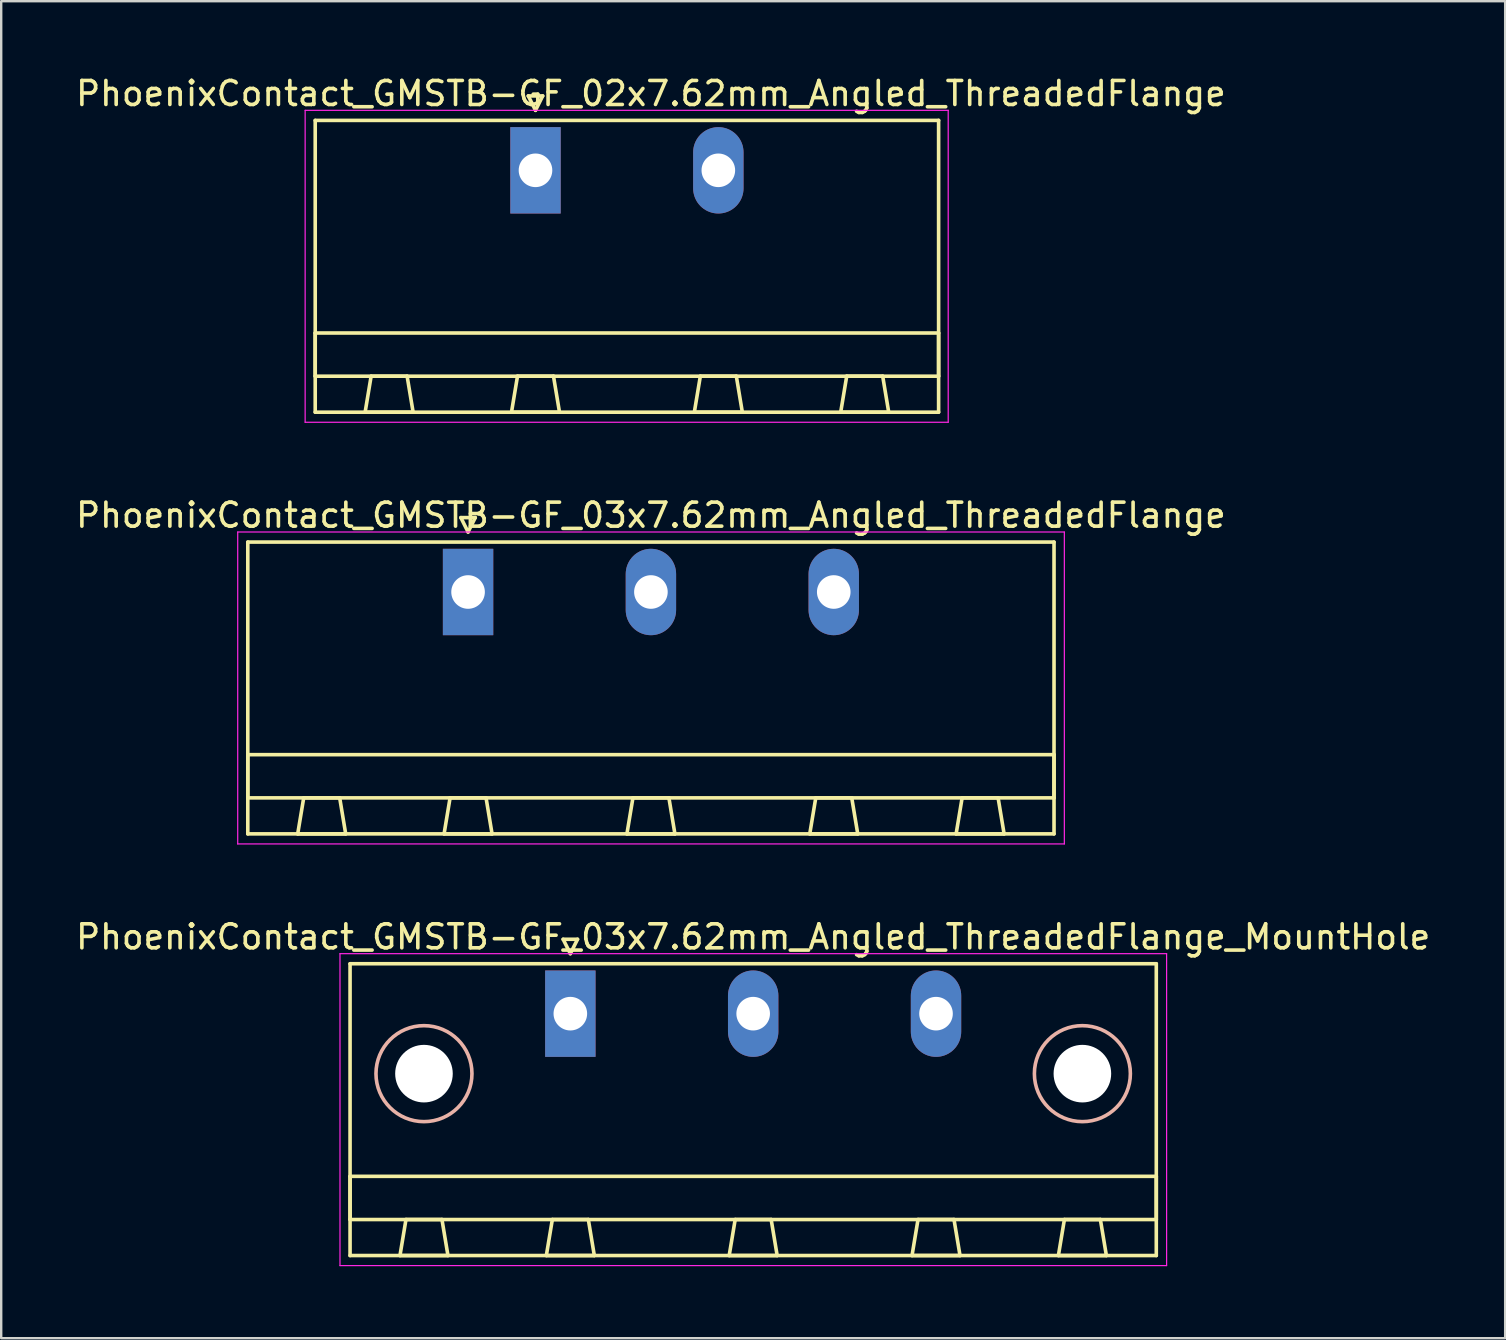
<source format=kicad_pcb>
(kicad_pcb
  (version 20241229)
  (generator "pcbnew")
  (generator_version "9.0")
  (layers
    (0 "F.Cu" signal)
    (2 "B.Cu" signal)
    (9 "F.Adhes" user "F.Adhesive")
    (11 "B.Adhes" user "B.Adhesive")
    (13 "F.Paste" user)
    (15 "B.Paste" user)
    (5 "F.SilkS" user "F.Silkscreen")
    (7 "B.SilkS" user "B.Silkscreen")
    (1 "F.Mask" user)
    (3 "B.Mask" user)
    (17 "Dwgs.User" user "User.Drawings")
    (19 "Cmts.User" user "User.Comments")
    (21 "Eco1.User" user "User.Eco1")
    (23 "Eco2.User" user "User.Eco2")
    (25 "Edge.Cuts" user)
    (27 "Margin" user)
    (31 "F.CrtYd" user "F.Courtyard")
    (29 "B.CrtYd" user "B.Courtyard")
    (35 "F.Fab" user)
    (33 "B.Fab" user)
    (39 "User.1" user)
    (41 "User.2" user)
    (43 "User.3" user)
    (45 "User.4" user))
  (footprint "PhoenixContact_GMSTB-GF_03x7.62mm_Angled_ThreadedFlange_MountHole"
    (layer "F.Cu")
    (at 20.719 39.195)
    (property "Reference" "PhoenixContact_GMSTB-GF_03x7.62mm_Angled_ThreadedFlange_MountHole" (at 7.62 -3.2 0) (layer "F.SilkS") (effects (font (size 1 1) (thickness 0.15))))
    (attr through_hole)
    (fp_line (start -9.18 -2.08) (end -9.18 10.08) (stroke (width 0.15) (type solid)) (layer "F.SilkS"))
    (fp_line (start -9.18 6.78) (end 24.42 6.78) (stroke (width 0.15) (type solid)) (layer "F.SilkS"))
    (fp_line (start -9.18 8.58) (end -9.18 6.78) (stroke (width 0.15) (type solid)) (layer "F.SilkS"))
    (fp_line (start -9.18 10.08) (end 24.42 10.08) (stroke (width 0.15) (type solid)) (layer "F.SilkS"))
    (fp_line (start -7.1 10.08) (end -5.1 10.08) (stroke (width 0.15) (type solid)) (layer "F.SilkS"))
    (fp_line (start -6.85 8.58) (end -7.1 10.08) (stroke (width 0.15) (type solid)) (layer "F.SilkS"))
    (fp_line (start -5.35 8.58) (end -6.85 8.58) (stroke (width 0.15) (type solid)) (layer "F.SilkS"))
    (fp_line (start -5.1 10.08) (end -5.35 8.58) (stroke (width 0.15) (type solid)) (layer "F.SilkS"))
    (fp_line (start -1 10.08) (end 1 10.08) (stroke (width 0.15) (type solid)) (layer "F.SilkS"))
    (fp_line (start -0.75 8.58) (end -1 10.08) (stroke (width 0.15) (type solid)) (layer "F.SilkS"))
    (fp_line (start -0.3 -3.1) (end 0 -2.5) (stroke (width 0.15) (type solid)) (layer "F.SilkS"))
    (fp_line (start 0 -2.5) (end 0.3 -3.1) (stroke (width 0.15) (type solid)) (layer "F.SilkS"))
    (fp_line (start 0.3 -3.1) (end -0.3 -3.1) (stroke (width 0.15) (type solid)) (layer "F.SilkS"))
    (fp_line (start 0.75 8.58) (end -0.75 8.58) (stroke (width 0.15) (type solid)) (layer "F.SilkS"))
    (fp_line (start 1 10.08) (end 0.75 8.58) (stroke (width 0.15) (type solid)) (layer "F.SilkS"))
    (fp_line (start 6.62 10.08) (end 8.62 10.08) (stroke (width 0.15) (type solid)) (layer "F.SilkS"))
    (fp_line (start 6.87 8.58) (end 6.62 10.08) (stroke (width 0.15) (type solid)) (layer "F.SilkS"))
    (fp_line (start 8.37 8.58) (end 6.87 8.58) (stroke (width 0.15) (type solid)) (layer "F.SilkS"))
    (fp_line (start 8.62 10.08) (end 8.37 8.58) (stroke (width 0.15) (type solid)) (layer "F.SilkS"))
    (fp_line (start 14.24 10.08) (end 16.24 10.08) (stroke (width 0.15) (type solid)) (layer "F.SilkS"))
    (fp_line (start 14.49 8.58) (end 14.24 10.08) (stroke (width 0.15) (type solid)) (layer "F.SilkS"))
    (fp_line (start 15.99 8.58) (end 14.49 8.58) (stroke (width 0.15) (type solid)) (layer "F.SilkS"))
    (fp_line (start 16.24 10.08) (end 15.99 8.58) (stroke (width 0.15) (type solid)) (layer "F.SilkS"))
    (fp_line (start 20.34 10.08) (end 22.34 10.08) (stroke (width 0.15) (type solid)) (layer "F.SilkS"))
    (fp_line (start 20.59 8.58) (end 20.34 10.08) (stroke (width 0.15) (type solid)) (layer "F.SilkS"))
    (fp_line (start 22.09 8.58) (end 20.59 8.58) (stroke (width 0.15) (type solid)) (layer "F.SilkS"))
    (fp_line (start 22.34 10.08) (end 22.09 8.58) (stroke (width 0.15) (type solid)) (layer "F.SilkS"))
    (fp_line (start 24.42 -2.08) (end -9.18 -2.08) (stroke (width 0.15) (type solid)) (layer "F.SilkS"))
    (fp_line (start 24.42 6.78) (end 24.42 8.58) (stroke (width 0.15) (type solid)) (layer "F.SilkS"))
    (fp_line (start 24.42 8.58) (end -9.18 8.58) (stroke (width 0.15) (type solid)) (layer "F.SilkS"))
    (fp_line (start 24.42 10.08) (end 24.42 -2.08) (stroke (width 0.15) (type solid)) (layer "F.SilkS"))
    (fp_circle (center -6.1 2.5) (end -4.1 2.5) (stroke (width 0.15) (type solid)) (fill no) (layer "B.SilkS"))
    (fp_circle (center 21.34 2.5) (end 23.34 2.5) (stroke (width 0.15) (type solid)) (fill no) (layer "B.SilkS"))
    (fp_line (start -9.6 -2.5) (end -9.6 10.5) (stroke (width 0.05) (type solid)) (layer "F.CrtYd"))
    (fp_line (start -9.6 10.5) (end 24.85 10.5) (stroke (width 0.05) (type solid)) (layer "F.CrtYd"))
    (fp_line (start 24.85 -2.5) (end -9.6 -2.5) (stroke (width 0.05) (type solid)) (layer "F.CrtYd"))
    (fp_line (start 24.85 10.5) (end 24.85 -2.5) (stroke (width 0.05) (type solid)) (layer "F.CrtYd"))
    (pad "" np_thru_hole circle (at -6.1 2.5) (size 2.4 2.4) (drill 2.4) (layers "*.Cu" "*.Mask"))
    (pad "" np_thru_hole circle (at 21.34 2.5) (size 2.4 2.4) (drill 2.4) (layers "*.Cu" "*.Mask"))
    (pad "1" thru_hole rect (at 0 0) (size 2.1 3.6) (drill 1.4) (layers "*.Cu" "*.Mask"))
    (pad "2" thru_hole oval (at 7.62 0) (size 2.1 3.6) (drill 1.4) (layers "*.Cu" "*.Mask"))
    (pad "3" thru_hole oval (at 15.24 0) (size 2.1 3.6) (drill 1.4) (layers "*.Cu" "*.Mask")))
  (footprint "PhoenixContact_GMSTB-GF_03x7.62mm_Angled_ThreadedFlange"
    (layer "F.Cu")
    (at 16.457 21.622)
    (property "Reference" "PhoenixContact_GMSTB-GF_03x7.62mm_Angled_ThreadedFlange" (at 7.62 -3.2 0) (layer "F.SilkS") (effects (font (size 1 1) (thickness 0.15))))
    (attr through_hole)
    (fp_line (start -9.18 -2.08) (end -9.18 10.08) (stroke (width 0.15) (type solid)) (layer "F.SilkS"))
    (fp_line (start -9.18 6.78) (end 24.42 6.78) (stroke (width 0.15) (type solid)) (layer "F.SilkS"))
    (fp_line (start -9.18 8.58) (end -9.18 6.78) (stroke (width 0.15) (type solid)) (layer "F.SilkS"))
    (fp_line (start -9.18 10.08) (end 24.42 10.08) (stroke (width 0.15) (type solid)) (layer "F.SilkS"))
    (fp_line (start -7.1 10.08) (end -5.1 10.08) (stroke (width 0.15) (type solid)) (layer "F.SilkS"))
    (fp_line (start -6.85 8.58) (end -7.1 10.08) (stroke (width 0.15) (type solid)) (layer "F.SilkS"))
    (fp_line (start -5.35 8.58) (end -6.85 8.58) (stroke (width 0.15) (type solid)) (layer "F.SilkS"))
    (fp_line (start -5.1 10.08) (end -5.35 8.58) (stroke (width 0.15) (type solid)) (layer "F.SilkS"))
    (fp_line (start -1 10.08) (end 1 10.08) (stroke (width 0.15) (type solid)) (layer "F.SilkS"))
    (fp_line (start -0.75 8.58) (end -1 10.08) (stroke (width 0.15) (type solid)) (layer "F.SilkS"))
    (fp_line (start -0.3 -3.1) (end 0 -2.5) (stroke (width 0.15) (type solid)) (layer "F.SilkS"))
    (fp_line (start 0 -2.5) (end 0.3 -3.1) (stroke (width 0.15) (type solid)) (layer "F.SilkS"))
    (fp_line (start 0.3 -3.1) (end -0.3 -3.1) (stroke (width 0.15) (type solid)) (layer "F.SilkS"))
    (fp_line (start 0.75 8.58) (end -0.75 8.58) (stroke (width 0.15) (type solid)) (layer "F.SilkS"))
    (fp_line (start 1 10.08) (end 0.75 8.58) (stroke (width 0.15) (type solid)) (layer "F.SilkS"))
    (fp_line (start 6.62 10.08) (end 8.62 10.08) (stroke (width 0.15) (type solid)) (layer "F.SilkS"))
    (fp_line (start 6.87 8.58) (end 6.62 10.08) (stroke (width 0.15) (type solid)) (layer "F.SilkS"))
    (fp_line (start 8.37 8.58) (end 6.87 8.58) (stroke (width 0.15) (type solid)) (layer "F.SilkS"))
    (fp_line (start 8.62 10.08) (end 8.37 8.58) (stroke (width 0.15) (type solid)) (layer "F.SilkS"))
    (fp_line (start 14.24 10.08) (end 16.24 10.08) (stroke (width 0.15) (type solid)) (layer "F.SilkS"))
    (fp_line (start 14.49 8.58) (end 14.24 10.08) (stroke (width 0.15) (type solid)) (layer "F.SilkS"))
    (fp_line (start 15.99 8.58) (end 14.49 8.58) (stroke (width 0.15) (type solid)) (layer "F.SilkS"))
    (fp_line (start 16.24 10.08) (end 15.99 8.58) (stroke (width 0.15) (type solid)) (layer "F.SilkS"))
    (fp_line (start 20.34 10.08) (end 22.34 10.08) (stroke (width 0.15) (type solid)) (layer "F.SilkS"))
    (fp_line (start 20.59 8.58) (end 20.34 10.08) (stroke (width 0.15) (type solid)) (layer "F.SilkS"))
    (fp_line (start 22.09 8.58) (end 20.59 8.58) (stroke (width 0.15) (type solid)) (layer "F.SilkS"))
    (fp_line (start 22.34 10.08) (end 22.09 8.58) (stroke (width 0.15) (type solid)) (layer "F.SilkS"))
    (fp_line (start 24.42 -2.08) (end -9.18 -2.08) (stroke (width 0.15) (type solid)) (layer "F.SilkS"))
    (fp_line (start 24.42 6.78) (end 24.42 8.58) (stroke (width 0.15) (type solid)) (layer "F.SilkS"))
    (fp_line (start 24.42 8.58) (end -9.18 8.58) (stroke (width 0.15) (type solid)) (layer "F.SilkS"))
    (fp_line (start 24.42 10.08) (end 24.42 -2.08) (stroke (width 0.15) (type solid)) (layer "F.SilkS"))
    (fp_line (start -9.6 -2.5) (end -9.6 10.5) (stroke (width 0.05) (type solid)) (layer "F.CrtYd"))
    (fp_line (start -9.6 10.5) (end 24.85 10.5) (stroke (width 0.05) (type solid)) (layer "F.CrtYd"))
    (fp_line (start 24.85 -2.5) (end -9.6 -2.5) (stroke (width 0.05) (type solid)) (layer "F.CrtYd"))
    (fp_line (start 24.85 10.5) (end 24.85 -2.5) (stroke (width 0.05) (type solid)) (layer "F.CrtYd"))
    (pad "1" thru_hole rect (at 0 0) (size 2.1 3.6) (drill 1.4) (layers "*.Cu" "*.Mask"))
    (pad "2" thru_hole oval (at 7.62 0) (size 2.1 3.6) (drill 1.4) (layers "*.Cu" "*.Mask"))
    (pad "3" thru_hole oval (at 15.24 0) (size 2.1 3.6) (drill 1.4) (layers "*.Cu" "*.Mask")))
  (footprint "PhoenixContact_GMSTB-GF_02x7.62mm_Angled_ThreadedFlange"
    (layer "F.Cu")
    (at 19.267 4.048)
    (property "Reference" "PhoenixContact_GMSTB-GF_02x7.62mm_Angled_ThreadedFlange" (at 4.81 -3.2 0) (layer "F.SilkS") (effects (font (size 1 1) (thickness 0.15))))
    (attr through_hole)
    (fp_line (start -9.18 -2.08) (end -9.18 10.08) (stroke (width 0.15) (type solid)) (layer "F.SilkS"))
    (fp_line (start -9.18 6.78) (end 16.8 6.78) (stroke (width 0.15) (type solid)) (layer "F.SilkS"))
    (fp_line (start -9.18 8.58) (end -9.18 6.78) (stroke (width 0.15) (type solid)) (layer "F.SilkS"))
    (fp_line (start -9.18 10.08) (end 16.8 10.08) (stroke (width 0.15) (type solid)) (layer "F.SilkS"))
    (fp_line (start -7.1 10.08) (end -5.1 10.08) (stroke (width 0.15) (type solid)) (layer "F.SilkS"))
    (fp_line (start -6.85 8.58) (end -7.1 10.08) (stroke (width 0.15) (type solid)) (layer "F.SilkS"))
    (fp_line (start -5.35 8.58) (end -6.85 8.58) (stroke (width 0.15) (type solid)) (layer "F.SilkS"))
    (fp_line (start -5.1 10.08) (end -5.35 8.58) (stroke (width 0.15) (type solid)) (layer "F.SilkS"))
    (fp_line (start -1 10.08) (end 1 10.08) (stroke (width 0.15) (type solid)) (layer "F.SilkS"))
    (fp_line (start -0.75 8.58) (end -1 10.08) (stroke (width 0.15) (type solid)) (layer "F.SilkS"))
    (fp_line (start -0.3 -3.1) (end 0 -2.5) (stroke (width 0.15) (type solid)) (layer "F.SilkS"))
    (fp_line (start 0 -2.5) (end 0.3 -3.1) (stroke (width 0.15) (type solid)) (layer "F.SilkS"))
    (fp_line (start 0.3 -3.1) (end -0.3 -3.1) (stroke (width 0.15) (type solid)) (layer "F.SilkS"))
    (fp_line (start 0.75 8.58) (end -0.75 8.58) (stroke (width 0.15) (type solid)) (layer "F.SilkS"))
    (fp_line (start 1 10.08) (end 0.75 8.58) (stroke (width 0.15) (type solid)) (layer "F.SilkS"))
    (fp_line (start 6.62 10.08) (end 8.62 10.08) (stroke (width 0.15) (type solid)) (layer "F.SilkS"))
    (fp_line (start 6.87 8.58) (end 6.62 10.08) (stroke (width 0.15) (type solid)) (layer "F.SilkS"))
    (fp_line (start 8.37 8.58) (end 6.87 8.58) (stroke (width 0.15) (type solid)) (layer "F.SilkS"))
    (fp_line (start 8.62 10.08) (end 8.37 8.58) (stroke (width 0.15) (type solid)) (layer "F.SilkS"))
    (fp_line (start 12.72 10.08) (end 14.72 10.08) (stroke (width 0.15) (type solid)) (layer "F.SilkS"))
    (fp_line (start 12.97 8.58) (end 12.72 10.08) (stroke (width 0.15) (type solid)) (layer "F.SilkS"))
    (fp_line (start 14.47 8.58) (end 12.97 8.58) (stroke (width 0.15) (type solid)) (layer "F.SilkS"))
    (fp_line (start 14.72 10.08) (end 14.47 8.58) (stroke (width 0.15) (type solid)) (layer "F.SilkS"))
    (fp_line (start 16.8 -2.08) (end -9.18 -2.08) (stroke (width 0.15) (type solid)) (layer "F.SilkS"))
    (fp_line (start 16.8 6.78) (end 16.8 8.58) (stroke (width 0.15) (type solid)) (layer "F.SilkS"))
    (fp_line (start 16.8 8.58) (end -9.18 8.58) (stroke (width 0.15) (type solid)) (layer "F.SilkS"))
    (fp_line (start 16.8 10.08) (end 16.8 -2.08) (stroke (width 0.15) (type solid)) (layer "F.SilkS"))
    (fp_line (start -9.6 -2.5) (end -9.6 10.5) (stroke (width 0.05) (type solid)) (layer "F.CrtYd"))
    (fp_line (start -9.6 10.5) (end 17.2 10.5) (stroke (width 0.05) (type solid)) (layer "F.CrtYd"))
    (fp_line (start 17.2 -2.5) (end -9.6 -2.5) (stroke (width 0.05) (type solid)) (layer "F.CrtYd"))
    (fp_line (start 17.2 10.5) (end 17.2 -2.5) (stroke (width 0.05) (type solid)) (layer "F.CrtYd"))
    (pad "1" thru_hole rect (at 0 0) (size 2.1 3.6) (drill 1.4) (layers "*.Cu" "*.Mask"))
    (pad "2" thru_hole oval (at 7.62 0) (size 2.1 3.6) (drill 1.4) (layers "*.Cu" "*.Mask")))
  (gr_rect
    (start -3 -3)
    (end 59.679 52.72)
    (stroke (width 0.1) (type default))
    (fill no)
    (layer "Edge.Cuts")))
</source>
